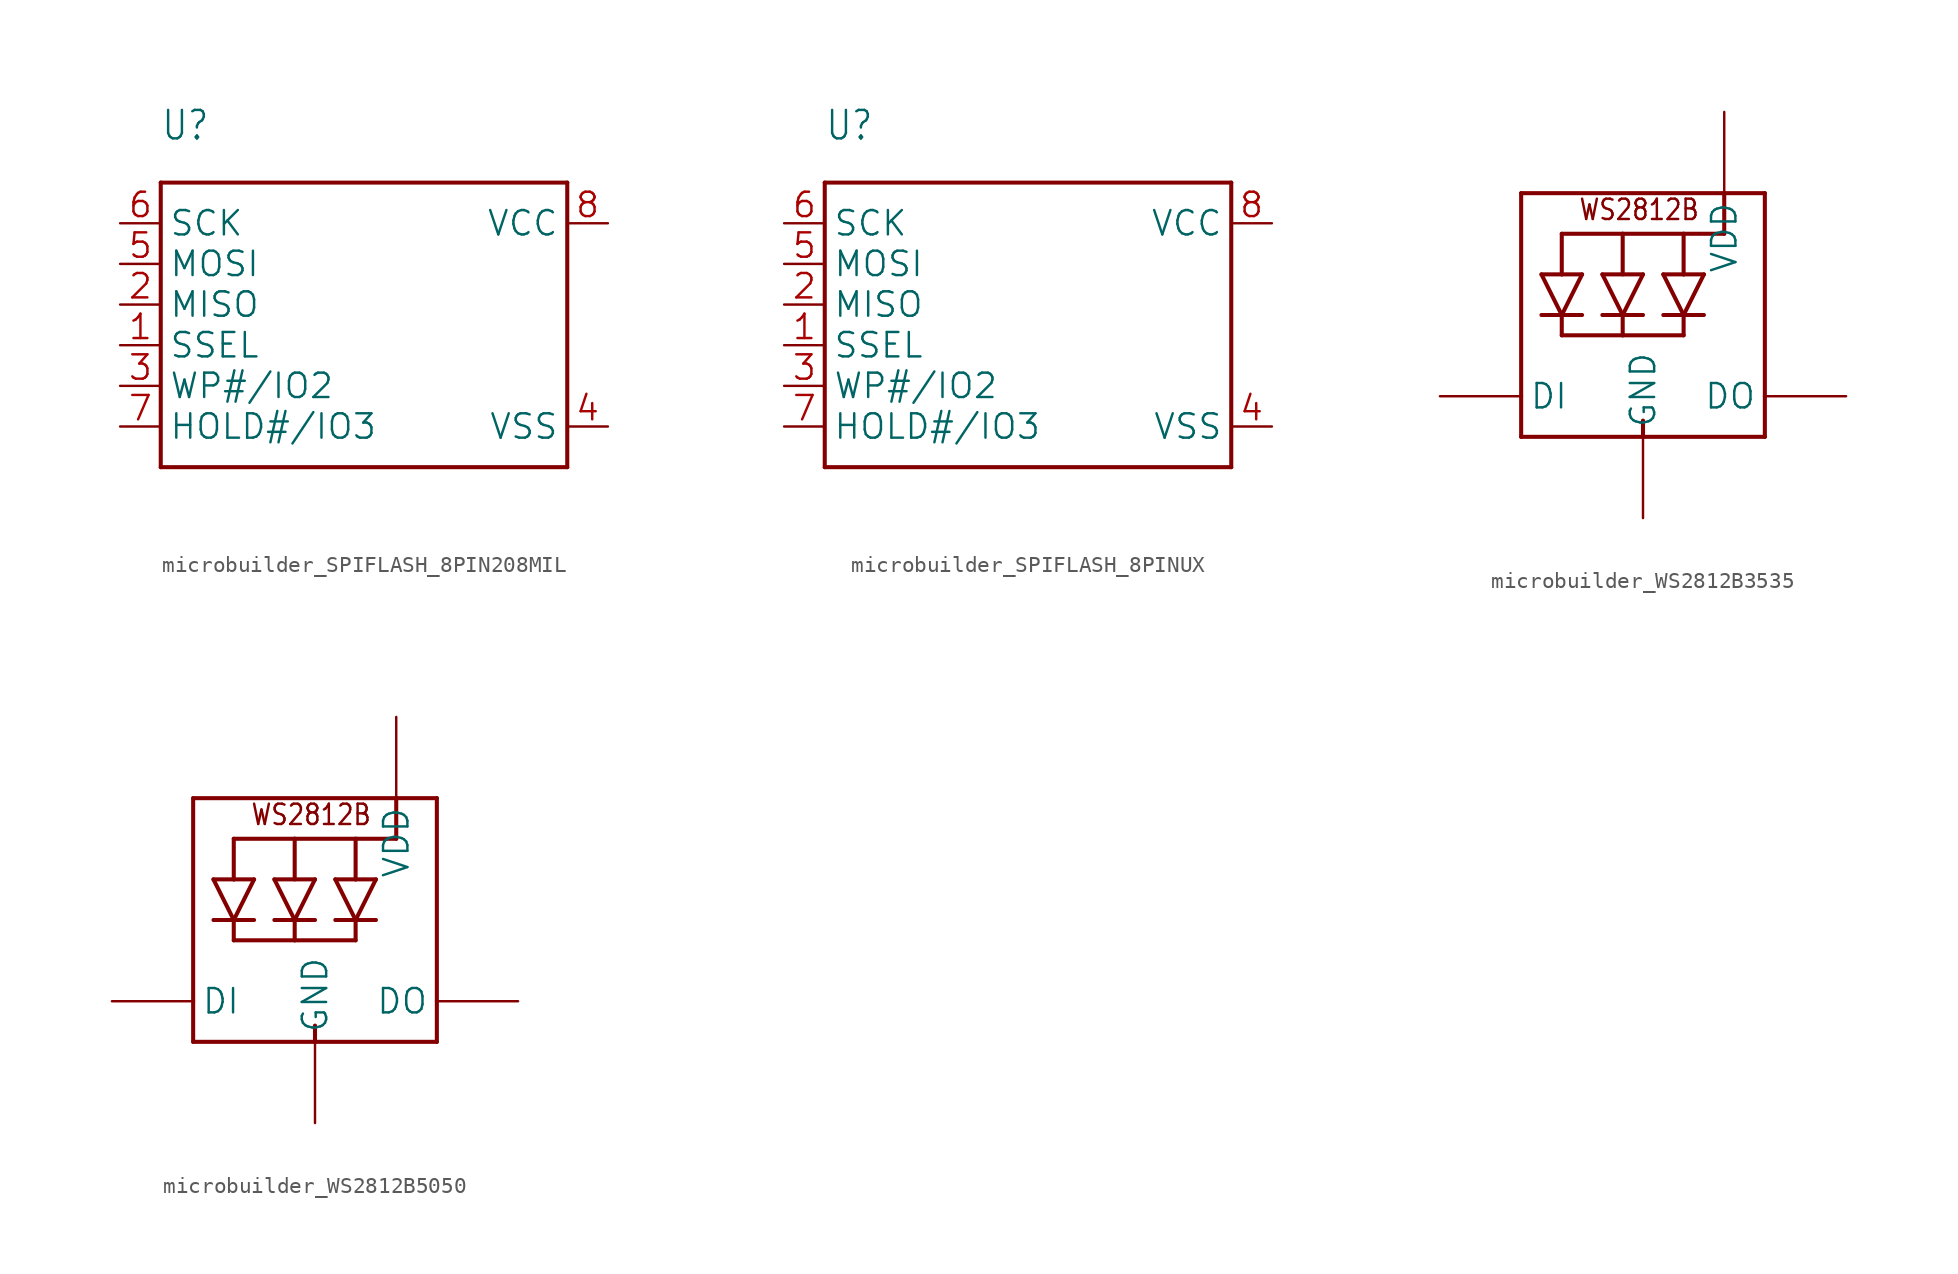
<source format=kicad_sym>
(kicad_symbol_lib
  (version 20241209)
  (generator "kicad_symbol_editor")
  (generator_version "9.0")
  (symbol "microbuilder_SPIFLASH_8PIN208MIL"
    (property "Reference" "U"
      (at -12.7 12.7 0)
      (effects (font (size 1.778 1.511)) (justify left bottom)))
    (property "Value" ""
      (at -12.7 -10.16 0)
      (effects (font (size 1.778 1.511)) (justify left bottom)))
    (property "ki_locked" ""
      (at 0 0 0)
      (effects (font (size 1.27 1.27))))
    (symbol "microbuilder_SPIFLASH_8PIN208MIL_1_0"
      (polyline (pts (xy -12.7 10.16) (xy 12.7 10.16)) (stroke (width 0.254) (type solid)) (fill (type none)))
      (polyline (pts (xy -12.7 -7.62) (xy -12.7 10.16)) (stroke (width 0.254) (type solid)) (fill (type none)))
      (polyline (pts (xy 12.7 10.16) (xy 12.7 -7.62)) (stroke (width 0.254) (type solid)) (fill (type none)))
      (polyline (pts (xy 12.7 -7.62) (xy -12.7 -7.62)) (stroke (width 0.254) (type solid)) (fill (type none)))
      (pin bidirectional line (at -15.24 7.62 0) (length 2.54) (name "SCK" (effects (font (size 1.524 1.524)))) (number "6" (effects (font (size 1.524 1.524)))))
      (pin bidirectional line (at -15.24 5.08 0) (length 2.54) (name "MOSI" (effects (font (size 1.524 1.524)))) (number "5" (effects (font (size 1.524 1.524)))))
      (pin bidirectional line (at -15.24 2.54 0) (length 2.54) (name "MISO" (effects (font (size 1.524 1.524)))) (number "2" (effects (font (size 1.524 1.524)))))
      (pin bidirectional line (at -15.24 0 0) (length 2.54) (name "SSEL" (effects (font (size 1.524 1.524)))) (number "1" (effects (font (size 1.524 1.524)))))
      (pin bidirectional line (at -15.24 -2.54 0) (length 2.54) (name "WP#/IO2" (effects (font (size 1.524 1.524)))) (number "3" (effects (font (size 1.524 1.524)))))
      (pin bidirectional line (at -15.24 -5.08 0) (length 2.54) (name "HOLD#/IO3" (effects (font (size 1.524 1.524)))) (number "7" (effects (font (size 1.524 1.524)))))
      (pin bidirectional line (at 15.24 7.62 180) (length 2.54) (name "VCC" (effects (font (size 1.524 1.524)))) (number "8" (effects (font (size 1.524 1.524)))))
      (pin bidirectional line (at 15.24 -5.08 180) (length 2.54) (name "VSS" (effects (font (size 1.524 1.524)))) (number "4" (effects (font (size 1.524 1.524)))))))
  (symbol "microbuilder_SPIFLASH_8PINUX"
    (property "Reference" "U"
      (at -12.7 12.7 0)
      (effects (font (size 1.778 1.511)) (justify left bottom)))
    (property "Value" ""
      (at -12.7 -10.16 0)
      (effects (font (size 1.778 1.511)) (justify left bottom)))
    (property "ki_locked" ""
      (at 0 0 0)
      (effects (font (size 1.27 1.27))))
    (symbol "microbuilder_SPIFLASH_8PINUX_1_0"
      (polyline (pts (xy -12.7 10.16) (xy 12.7 10.16)) (stroke (width 0.254) (type solid)) (fill (type none)))
      (polyline (pts (xy -12.7 -7.62) (xy -12.7 10.16)) (stroke (width 0.254) (type solid)) (fill (type none)))
      (polyline (pts (xy 12.7 10.16) (xy 12.7 -7.62)) (stroke (width 0.254) (type solid)) (fill (type none)))
      (polyline (pts (xy 12.7 -7.62) (xy -12.7 -7.62)) (stroke (width 0.254) (type solid)) (fill (type none)))
      (pin bidirectional line (at -15.24 7.62 0) (length 2.54) (name "SCK" (effects (font (size 1.524 1.524)))) (number "6" (effects (font (size 1.524 1.524)))))
      (pin bidirectional line (at -15.24 5.08 0) (length 2.54) (name "MOSI" (effects (font (size 1.524 1.524)))) (number "5" (effects (font (size 1.524 1.524)))))
      (pin bidirectional line (at -15.24 2.54 0) (length 2.54) (name "MISO" (effects (font (size 1.524 1.524)))) (number "2" (effects (font (size 1.524 1.524)))))
      (pin bidirectional line (at -15.24 0 0) (length 2.54) (name "SSEL" (effects (font (size 1.524 1.524)))) (number "1" (effects (font (size 1.524 1.524)))))
      (pin bidirectional line (at -15.24 -2.54 0) (length 2.54) (name "WP#/IO2" (effects (font (size 1.524 1.524)))) (number "3" (effects (font (size 1.524 1.524)))))
      (pin bidirectional line (at -15.24 -5.08 0) (length 2.54) (name "HOLD#/IO3" (effects (font (size 1.524 1.524)))) (number "7" (effects (font (size 1.524 1.524)))))
      (pin bidirectional line (at 15.24 7.62 180) (length 2.54) (name "VCC" (effects (font (size 1.524 1.524)))) (number "8" (effects (font (size 1.524 1.524)))))
      (pin bidirectional line (at 15.24 -5.08 180) (length 2.54) (name "VSS" (effects (font (size 1.524 1.524)))) (number "4" (effects (font (size 1.524 1.524)))))))
  (symbol "microbuilder_WS2812B3535"
    (property "Reference" "LED"
      (at 0 0 0)
      (effects (font (size 1.27 1.27)) (hide yes)))
    (property "ki_locked" ""
      (at 0 0 0)
      (effects (font (size 1.27 1.27))))
    (symbol "microbuilder_WS2812B3535_1_0"
      (polyline (pts (xy -7.62 10.16) (xy -7.62 -2.54)) (stroke (width 0.254) (type solid)) (fill (type none)))
      (polyline (pts (xy -7.62 -2.54) (xy -7.62 -5.08)) (stroke (width 0.254) (type solid)) (fill (type none)))
      (polyline (pts (xy -7.62 -5.08) (xy 0 -5.08)) (stroke (width 0.254) (type solid)) (fill (type none)))
      (polyline (pts (xy -6.35 5.08) (xy -5.08 5.08)) (stroke (width 0.254) (type solid)) (fill (type none)))
      (polyline (pts (xy -6.35 2.54) (xy -5.08 2.54)) (stroke (width 0.254) (type solid)) (fill (type none)))
      (polyline (pts (xy -5.08 7.62) (xy -5.08 5.08)) (stroke (width 0.254) (type solid)) (fill (type none)))
      (polyline (pts (xy -5.08 5.08) (xy -3.81 5.08)) (stroke (width 0.254) (type solid)) (fill (type none)))
      (polyline (pts (xy -5.08 2.54) (xy -6.35 5.08)) (stroke (width 0.254) (type solid)) (fill (type none)))
      (polyline (pts (xy -5.08 2.54) (xy -5.08 1.27)) (stroke (width 0.254) (type solid)) (fill (type none)))
      (polyline (pts (xy -5.08 2.54) (xy -3.81 5.08)) (stroke (width 0.254) (type solid)) (fill (type none)))
      (polyline (pts (xy -3.81 2.54) (xy -5.08 2.54)) (stroke (width 0.254) (type solid)) (fill (type none)))
      (polyline (pts (xy -2.54 5.08) (xy 0 5.08)) (stroke (width 0.254) (type solid)) (fill (type none)))
      (polyline (pts (xy -2.54 2.54) (xy -1.27 2.54)) (stroke (width 0.254) (type solid)) (fill (type none)))
      (polyline (pts (xy -1.27 7.62) (xy -5.08 7.62)) (stroke (width 0.254) (type solid)) (fill (type none)))
      (polyline (pts (xy -1.27 5.08) (xy -1.27 7.62)) (stroke (width 0.254) (type solid)) (fill (type none)))
      (polyline (pts (xy -1.27 2.54) (xy -2.54 5.08)) (stroke (width 0.254) (type solid)) (fill (type none)))
      (polyline (pts (xy -1.27 2.54) (xy -1.27 1.27)) (stroke (width 0.254) (type solid)) (fill (type none)))
      (polyline (pts (xy -1.27 2.54) (xy 0 2.54)) (stroke (width 0.254) (type solid)) (fill (type none)))
      (polyline (pts (xy -1.27 1.27) (xy -5.08 1.27)) (stroke (width 0.254) (type solid)) (fill (type none)))
      (polyline (pts (xy 0 5.08) (xy -1.27 2.54)) (stroke (width 0.254) (type solid)) (fill (type none)))
      (polyline (pts (xy 0 -4.064) (xy 0 -5.08)) (stroke (width 0.254) (type solid)) (fill (type none)))
      (polyline (pts (xy 0 -5.08) (xy 7.62 -5.08)) (stroke (width 0.254) (type solid)) (fill (type none)))
      (polyline (pts (xy 1.27 5.08) (xy 2.54 5.08)) (stroke (width 0.254) (type solid)) (fill (type none)))
      (polyline (pts (xy 1.27 5.08) (xy 2.54 2.54)) (stroke (width 0.254) (type solid)) (fill (type none)))
      (polyline (pts (xy 2.54 7.62) (xy -1.27 7.62)) (stroke (width 0.254) (type solid)) (fill (type none)))
      (polyline (pts (xy 2.54 7.62) (xy 5.08 7.62)) (stroke (width 0.254) (type solid)) (fill (type none)))
      (polyline (pts (xy 2.54 5.08) (xy 2.54 7.62)) (stroke (width 0.254) (type solid)) (fill (type none)))
      (polyline (pts (xy 2.54 2.54) (xy 1.27 2.54)) (stroke (width 0.254) (type solid)) (fill (type none)))
      (polyline (pts (xy 2.54 2.54) (xy 2.54 1.27)) (stroke (width 0.254) (type solid)) (fill (type none)))
      (polyline (pts (xy 2.54 2.54) (xy 3.81 5.08)) (stroke (width 0.254) (type solid)) (fill (type none)))
      (polyline (pts (xy 2.54 2.54) (xy 3.81 2.54)) (stroke (width 0.254) (type solid)) (fill (type none)))
      (polyline (pts (xy 2.54 1.27) (xy -1.27 1.27)) (stroke (width 0.254) (type solid)) (fill (type none)))
      (polyline (pts (xy 3.81 5.08) (xy 2.54 5.08)) (stroke (width 0.254) (type solid)) (fill (type none)))
      (polyline (pts (xy 5.08 10.16) (xy -7.62 10.16)) (stroke (width 0.254) (type solid)) (fill (type none)))
      (polyline (pts (xy 5.08 10.16) (xy 5.08 7.62)) (stroke (width 0.254) (type solid)) (fill (type none)))
      (polyline (pts (xy 7.62 10.16) (xy 5.08 10.16)) (stroke (width 0.254) (type solid)) (fill (type none)))
      (polyline (pts (xy 7.62 -2.54) (xy 7.62 10.16)) (stroke (width 0.254) (type solid)) (fill (type none)))
      (polyline (pts (xy 7.62 -5.08) (xy 7.62 -2.54)) (stroke (width 0.254) (type solid)) (fill (type none)))
      (text "WS2812B" (at -4.064 8.382 0) (effects (font (size 1.27 1.079)) (justify left bottom)))
      (pin input line (at -12.7 -2.54 0) (length 5.08) (name "DI" (effects (font (size 1.524 1.524)))) (number "1" (effects (font (size 0 0)))))
      (pin power_in line (at 0 -10.16 90) (length 5.08) (name "GND" (effects (font (size 1.524 1.524)))) (number "4" (effects (font (size 0 0)))))
      (pin power_in line (at 5.08 15.24 270) (length 5.08) (name "VDD" (effects (font (size 1.524 1.524)))) (number "2" (effects (font (size 0 0)))))
      (pin output line (at 12.7 -2.54 180) (length 5.08) (name "DO" (effects (font (size 1.524 1.524)))) (number "3" (effects (font (size 0 0)))))))
  (symbol "microbuilder_WS2812B5050"
    (property "Reference" "LED"
      (at 0 0 0)
      (effects (font (size 1.27 1.27)) (hide yes)))
    (property "ki_locked" ""
      (at 0 0 0)
      (effects (font (size 1.27 1.27))))
    (symbol "microbuilder_WS2812B5050_1_0"
      (polyline (pts (xy -7.62 10.16) (xy -7.62 -2.54)) (stroke (width 0.254) (type solid)) (fill (type none)))
      (polyline (pts (xy -7.62 -2.54) (xy -7.62 -5.08)) (stroke (width 0.254) (type solid)) (fill (type none)))
      (polyline (pts (xy -7.62 -5.08) (xy 0 -5.08)) (stroke (width 0.254) (type solid)) (fill (type none)))
      (polyline (pts (xy -6.35 5.08) (xy -5.08 5.08)) (stroke (width 0.254) (type solid)) (fill (type none)))
      (polyline (pts (xy -6.35 2.54) (xy -5.08 2.54)) (stroke (width 0.254) (type solid)) (fill (type none)))
      (polyline (pts (xy -5.08 7.62) (xy -5.08 5.08)) (stroke (width 0.254) (type solid)) (fill (type none)))
      (polyline (pts (xy -5.08 5.08) (xy -3.81 5.08)) (stroke (width 0.254) (type solid)) (fill (type none)))
      (polyline (pts (xy -5.08 2.54) (xy -6.35 5.08)) (stroke (width 0.254) (type solid)) (fill (type none)))
      (polyline (pts (xy -5.08 2.54) (xy -5.08 1.27)) (stroke (width 0.254) (type solid)) (fill (type none)))
      (polyline (pts (xy -5.08 2.54) (xy -3.81 5.08)) (stroke (width 0.254) (type solid)) (fill (type none)))
      (polyline (pts (xy -3.81 2.54) (xy -5.08 2.54)) (stroke (width 0.254) (type solid)) (fill (type none)))
      (polyline (pts (xy -2.54 5.08) (xy 0 5.08)) (stroke (width 0.254) (type solid)) (fill (type none)))
      (polyline (pts (xy -2.54 2.54) (xy -1.27 2.54)) (stroke (width 0.254) (type solid)) (fill (type none)))
      (polyline (pts (xy -1.27 7.62) (xy -5.08 7.62)) (stroke (width 0.254) (type solid)) (fill (type none)))
      (polyline (pts (xy -1.27 5.08) (xy -1.27 7.62)) (stroke (width 0.254) (type solid)) (fill (type none)))
      (polyline (pts (xy -1.27 2.54) (xy -2.54 5.08)) (stroke (width 0.254) (type solid)) (fill (type none)))
      (polyline (pts (xy -1.27 2.54) (xy -1.27 1.27)) (stroke (width 0.254) (type solid)) (fill (type none)))
      (polyline (pts (xy -1.27 2.54) (xy 0 2.54)) (stroke (width 0.254) (type solid)) (fill (type none)))
      (polyline (pts (xy -1.27 1.27) (xy -5.08 1.27)) (stroke (width 0.254) (type solid)) (fill (type none)))
      (polyline (pts (xy 0 5.08) (xy -1.27 2.54)) (stroke (width 0.254) (type solid)) (fill (type none)))
      (polyline (pts (xy 0 -4.064) (xy 0 -5.08)) (stroke (width 0.254) (type solid)) (fill (type none)))
      (polyline (pts (xy 0 -5.08) (xy 7.62 -5.08)) (stroke (width 0.254) (type solid)) (fill (type none)))
      (polyline (pts (xy 1.27 5.08) (xy 2.54 5.08)) (stroke (width 0.254) (type solid)) (fill (type none)))
      (polyline (pts (xy 1.27 5.08) (xy 2.54 2.54)) (stroke (width 0.254) (type solid)) (fill (type none)))
      (polyline (pts (xy 2.54 7.62) (xy -1.27 7.62)) (stroke (width 0.254) (type solid)) (fill (type none)))
      (polyline (pts (xy 2.54 7.62) (xy 5.08 7.62)) (stroke (width 0.254) (type solid)) (fill (type none)))
      (polyline (pts (xy 2.54 5.08) (xy 2.54 7.62)) (stroke (width 0.254) (type solid)) (fill (type none)))
      (polyline (pts (xy 2.54 2.54) (xy 1.27 2.54)) (stroke (width 0.254) (type solid)) (fill (type none)))
      (polyline (pts (xy 2.54 2.54) (xy 2.54 1.27)) (stroke (width 0.254) (type solid)) (fill (type none)))
      (polyline (pts (xy 2.54 2.54) (xy 3.81 5.08)) (stroke (width 0.254) (type solid)) (fill (type none)))
      (polyline (pts (xy 2.54 2.54) (xy 3.81 2.54)) (stroke (width 0.254) (type solid)) (fill (type none)))
      (polyline (pts (xy 2.54 1.27) (xy -1.27 1.27)) (stroke (width 0.254) (type solid)) (fill (type none)))
      (polyline (pts (xy 3.81 5.08) (xy 2.54 5.08)) (stroke (width 0.254) (type solid)) (fill (type none)))
      (polyline (pts (xy 5.08 10.16) (xy -7.62 10.16)) (stroke (width 0.254) (type solid)) (fill (type none)))
      (polyline (pts (xy 5.08 10.16) (xy 5.08 7.62)) (stroke (width 0.254) (type solid)) (fill (type none)))
      (polyline (pts (xy 7.62 10.16) (xy 5.08 10.16)) (stroke (width 0.254) (type solid)) (fill (type none)))
      (polyline (pts (xy 7.62 -2.54) (xy 7.62 10.16)) (stroke (width 0.254) (type solid)) (fill (type none)))
      (polyline (pts (xy 7.62 -5.08) (xy 7.62 -2.54)) (stroke (width 0.254) (type solid)) (fill (type none)))
      (text "WS2812B" (at -4.064 8.382 0) (effects (font (size 1.27 1.079)) (justify left bottom)))
      (pin input line (at -12.7 -2.54 0) (length 5.08) (name "DI" (effects (font (size 1.524 1.524)))) (number "4-DIN" (effects (font (size 0 0)))))
      (pin power_in line (at 0 -10.16 90) (length 5.08) (name "GND" (effects (font (size 1.524 1.524)))) (number "3-GND" (effects (font (size 0 0)))))
      (pin power_in line (at 5.08 15.24 270) (length 5.08) (name "VDD" (effects (font (size 1.524 1.524)))) (number "1-VDD" (effects (font (size 0 0)))))
      (pin output line (at 12.7 -2.54 180) (length 5.08) (name "DO" (effects (font (size 1.524 1.524)))) (number "2-DOUT" (effects (font (size 0 0))))))))
</source>
